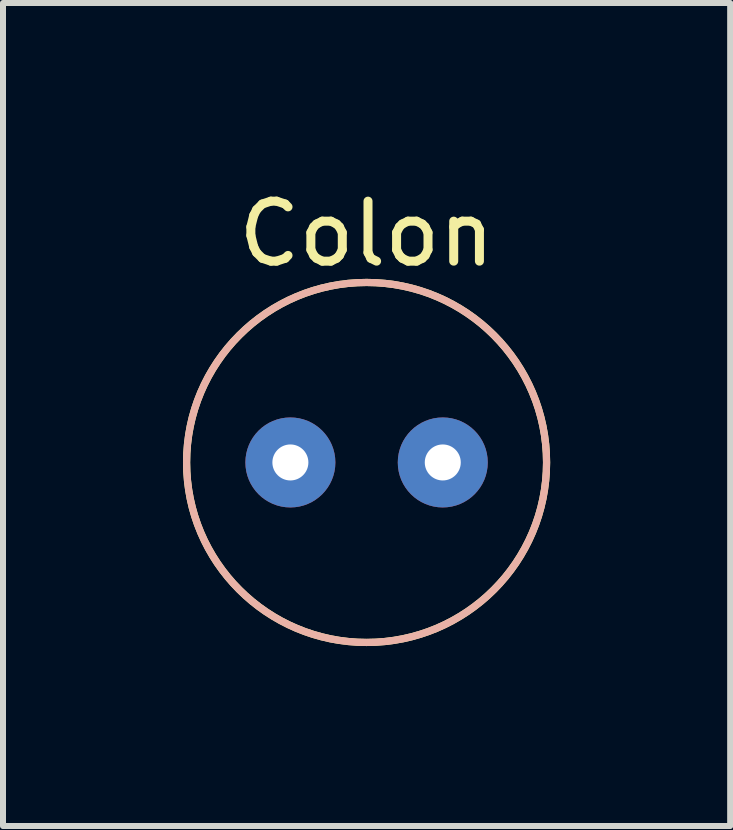
<source format=kicad_pcb>
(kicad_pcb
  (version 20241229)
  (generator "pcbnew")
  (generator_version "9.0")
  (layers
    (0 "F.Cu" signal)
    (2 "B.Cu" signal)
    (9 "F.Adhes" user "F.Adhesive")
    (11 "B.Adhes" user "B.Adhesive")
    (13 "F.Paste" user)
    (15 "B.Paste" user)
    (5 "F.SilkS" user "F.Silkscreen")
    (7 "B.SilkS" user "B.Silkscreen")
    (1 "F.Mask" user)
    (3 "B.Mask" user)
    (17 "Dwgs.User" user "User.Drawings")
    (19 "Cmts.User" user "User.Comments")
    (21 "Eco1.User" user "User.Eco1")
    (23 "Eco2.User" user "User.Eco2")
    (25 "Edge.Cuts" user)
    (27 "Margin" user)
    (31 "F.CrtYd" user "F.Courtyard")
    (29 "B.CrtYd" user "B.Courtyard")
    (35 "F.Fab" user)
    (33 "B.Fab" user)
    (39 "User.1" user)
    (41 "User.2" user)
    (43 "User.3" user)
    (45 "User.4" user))
  (footprint "Colon"
    (layer "F.Cu")
    (at 3.06 4.658)
    (property "Reference" "Colon" (at 0 -3.81 0) (layer "F.SilkS") (effects (font (size 1 1) (thickness 0.15))))
    (attr through_hole)
    (fp_circle (center 0 0) (end 3 0) (stroke (width 0.12) (type solid)) (fill no) (layer "F.SilkS"))
    (fp_circle (center 0 0) (end 3 0) (stroke (width 0.12) (type solid)) (fill no) (layer "B.SilkS"))
    (pad "1" thru_hole circle (at -1.27 0) (size 1.5 1.5) (drill 0.6) (layers "*.Cu" "*.Mask"))
    (pad "2" thru_hole circle (at 1.27 0) (size 1.5 1.5) (drill 0.6) (layers "*.Cu" "*.Mask")))
  (gr_rect
    (start -3 -3)
    (end 9.12 10.718)
    (stroke (width 0.1) (type default))
    (fill no)
    (layer "Edge.Cuts")))
</source>
